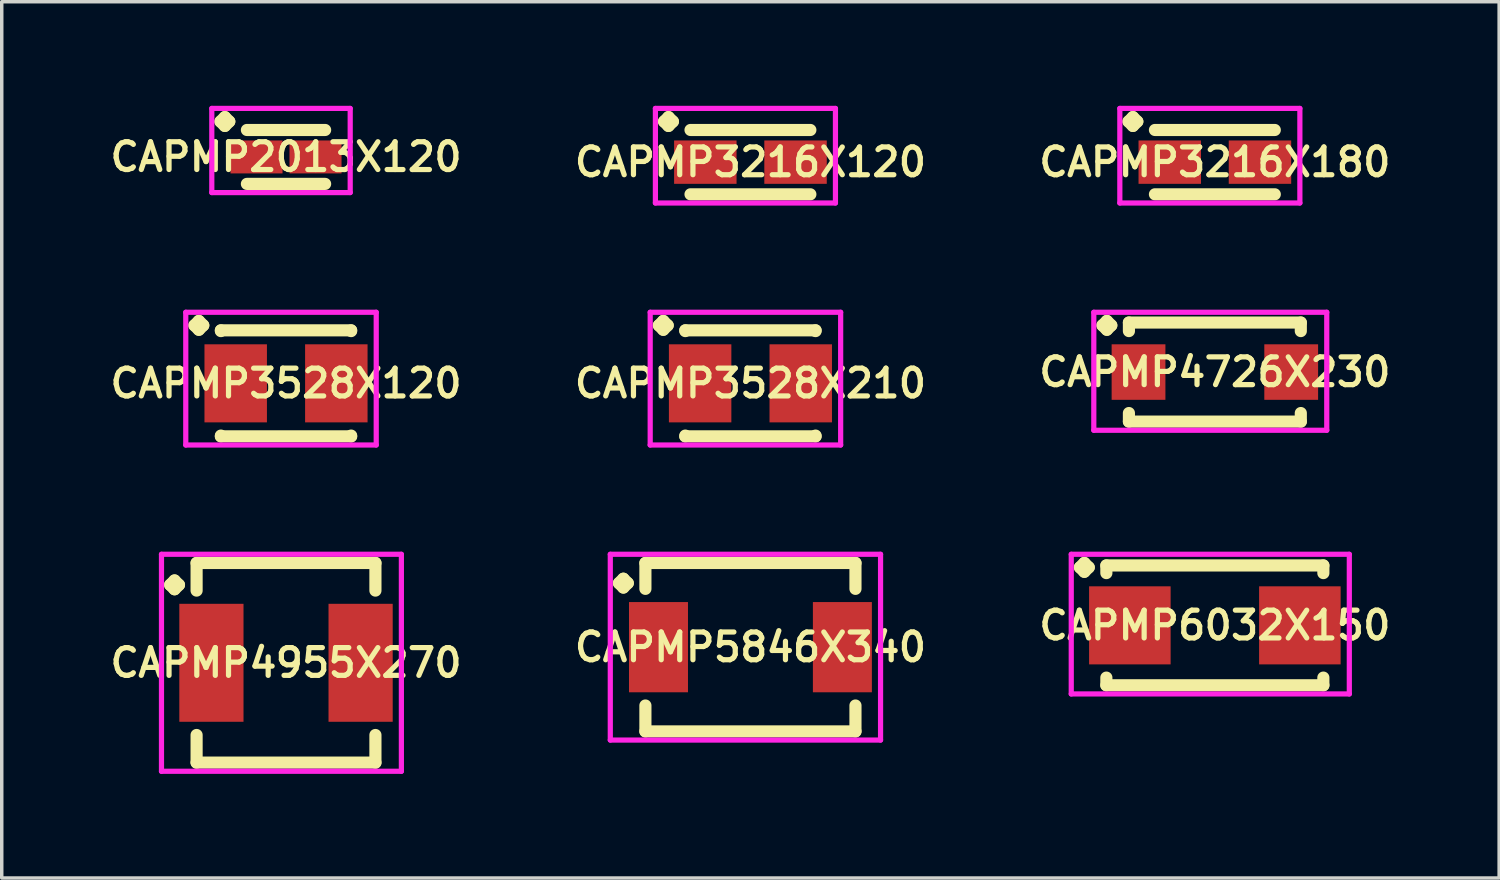
<source format=kicad_pcb>
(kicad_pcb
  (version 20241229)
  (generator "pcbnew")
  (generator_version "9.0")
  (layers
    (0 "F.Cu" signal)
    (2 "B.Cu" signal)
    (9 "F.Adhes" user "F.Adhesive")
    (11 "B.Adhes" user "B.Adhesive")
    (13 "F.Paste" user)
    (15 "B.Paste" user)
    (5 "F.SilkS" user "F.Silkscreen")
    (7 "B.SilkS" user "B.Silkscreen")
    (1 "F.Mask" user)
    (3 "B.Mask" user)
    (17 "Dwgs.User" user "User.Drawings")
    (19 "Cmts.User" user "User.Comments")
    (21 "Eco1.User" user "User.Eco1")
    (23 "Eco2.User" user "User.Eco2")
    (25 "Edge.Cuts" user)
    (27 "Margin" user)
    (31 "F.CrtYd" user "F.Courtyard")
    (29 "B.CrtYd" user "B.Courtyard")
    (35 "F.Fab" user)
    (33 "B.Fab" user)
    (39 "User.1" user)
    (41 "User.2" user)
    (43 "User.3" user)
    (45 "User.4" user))
  (footprint "CAPMP3216X180"
    (layer "F.Cu")
    (at 31.963 1.623)
    (property "Reference" "CAPMP3216X180" (at 0 0 0) (layer "F.SilkS") (effects (font (size 0.8 0.8) (thickness 0.15))))
    (attr smd)
    (fp_line (start -2.489 -1.171) (end -2.362 -1.298) (stroke (width 0.35) (type solid)) (layer "F.SilkS"))
    (fp_line (start -2.362 -1.298) (end -2.235 -1.171) (stroke (width 0.35) (type solid)) (layer "F.SilkS"))
    (fp_line (start -2.362 -1.044) (end -2.489 -1.171) (stroke (width 0.35) (type solid)) (layer "F.SilkS"))
    (fp_line (start -2.235 -1.171) (end -2.362 -1.044) (stroke (width 0.35) (type solid)) (layer "F.SilkS"))
    (fp_line (start -1.727 -0.927) (end 1.727 -0.927) (stroke (width 0.35) (type solid)) (layer "F.SilkS"))
    (fp_line (start -1.727 0.927) (end 1.727 0.927) (stroke (width 0.35) (type solid)) (layer "F.SilkS"))
    (fp_line (start -2.739 -1.548) (end 2.45 -1.548) (stroke (width 0.15) (type solid)) (layer "F.CrtYd"))
    (fp_line (start -2.739 1.177) (end -2.739 -1.548) (stroke (width 0.15) (type solid)) (layer "F.CrtYd"))
    (fp_line (start 2.45 -1.548) (end 2.45 1.177) (stroke (width 0.15) (type solid)) (layer "F.CrtYd"))
    (fp_line (start 2.45 1.177) (end -2.739 1.177) (stroke (width 0.15) (type solid)) (layer "F.CrtYd"))
    (pad "1" smd rect (at -1.3 0) (size 1.8 1.25) (layers "F.Cu" "F.Mask" "F.Paste"))
    (pad "2" smd rect (at 1.3 0) (size 1.8 1.25) (layers "F.Cu" "F.Mask" "F.Paste")))
  (footprint "CAPMP3528X120"
    (layer "F.Cu")
    (at 5.193 7.998)
    (property "Reference" "CAPMP3528X120" (at 0 0 0) (layer "F.SilkS") (effects (font (size 0.8 0.8) (thickness 0.15))))
    (attr smd)
    (fp_line (start -2.639 -1.671) (end -2.512 -1.798) (stroke (width 0.35) (type solid)) (layer "F.SilkS"))
    (fp_line (start -2.512 -1.798) (end -2.385 -1.671) (stroke (width 0.35) (type solid)) (layer "F.SilkS"))
    (fp_line (start -2.512 -1.544) (end -2.639 -1.671) (stroke (width 0.35) (type solid)) (layer "F.SilkS"))
    (fp_line (start -2.385 -1.671) (end -2.512 -1.544) (stroke (width 0.35) (type solid)) (layer "F.SilkS"))
    (fp_line (start -1.877 -1.527) (end 1.877 -1.527) (stroke (width 0.35) (type solid)) (layer "F.SilkS"))
    (fp_line (start -1.877 -1.506) (end -1.877 -1.527) (stroke (width 0.35) (type solid)) (layer "F.SilkS"))
    (fp_line (start -1.877 1.506) (end -1.877 1.527) (stroke (width 0.35) (type solid)) (layer "F.SilkS"))
    (fp_line (start -1.877 1.527) (end 1.877 1.527) (stroke (width 0.35) (type solid)) (layer "F.SilkS"))
    (fp_line (start 1.877 -1.527) (end 1.877 -1.506) (stroke (width 0.35) (type solid)) (layer "F.SilkS"))
    (fp_line (start 1.877 1.527) (end 1.877 1.506) (stroke (width 0.35) (type solid)) (layer "F.SilkS"))
    (fp_line (start -2.889 -2.048) (end 2.6 -2.048) (stroke (width 0.15) (type solid)) (layer "F.CrtYd"))
    (fp_line (start -2.889 1.777) (end -2.889 -2.048) (stroke (width 0.15) (type solid)) (layer "F.CrtYd"))
    (fp_line (start 2.6 -2.048) (end 2.6 1.777) (stroke (width 0.15) (type solid)) (layer "F.CrtYd"))
    (fp_line (start 2.6 1.777) (end -2.889 1.777) (stroke (width 0.15) (type solid)) (layer "F.CrtYd"))
    (pad "1" smd rect (at -1.45 0) (size 1.8 2.25) (layers "F.Cu" "F.Mask" "F.Paste"))
    (pad "2" smd rect (at 1.45 0) (size 1.8 2.25) (layers "F.Cu" "F.Mask" "F.Paste")))
  (footprint "CAPMP2013X120"
    (layer "F.Cu")
    (at 5.193 1.473)
    (property "Reference" "CAPMP2013X120" (at 0 0 0) (layer "F.SilkS") (effects (font (size 0.8 0.8) (thickness 0.15))))
    (attr smd)
    (fp_line (start -1.889 -1.021) (end -1.762 -1.148) (stroke (width 0.35) (type solid)) (layer "F.SilkS"))
    (fp_line (start -1.762 -1.148) (end -1.635 -1.021) (stroke (width 0.35) (type solid)) (layer "F.SilkS"))
    (fp_line (start -1.762 -0.894) (end -1.889 -1.021) (stroke (width 0.35) (type solid)) (layer "F.SilkS"))
    (fp_line (start -1.635 -1.021) (end -1.762 -0.894) (stroke (width 0.35) (type solid)) (layer "F.SilkS"))
    (fp_line (start -1.127 -0.777) (end 1.127 -0.777) (stroke (width 0.35) (type solid)) (layer "F.SilkS"))
    (fp_line (start -1.127 0.777) (end 1.127 0.777) (stroke (width 0.35) (type solid)) (layer "F.SilkS"))
    (fp_line (start -2.139 -1.398) (end 1.85 -1.398) (stroke (width 0.15) (type solid)) (layer "F.CrtYd"))
    (fp_line (start -2.139 1.027) (end -2.139 -1.398) (stroke (width 0.15) (type solid)) (layer "F.CrtYd"))
    (fp_line (start 1.85 -1.398) (end 1.85 1.027) (stroke (width 0.15) (type solid)) (layer "F.CrtYd"))
    (fp_line (start 1.85 1.027) (end -2.139 1.027) (stroke (width 0.15) (type solid)) (layer "F.CrtYd"))
    (pad "1" smd rect (at -0.85 0) (size 1.5 0.95) (layers "F.Cu" "F.Mask" "F.Paste"))
    (pad "2" smd rect (at 0.85 0) (size 1.5 0.95) (layers "F.Cu" "F.Mask" "F.Paste")))
  (footprint "CAPMP3528X210"
    (layer "F.Cu")
    (at 18.578 7.998)
    (property "Reference" "CAPMP3528X210" (at 0 0 0) (layer "F.SilkS") (effects (font (size 0.8 0.8) (thickness 0.15))))
    (attr smd)
    (fp_line (start -2.639 -1.671) (end -2.512 -1.798) (stroke (width 0.35) (type solid)) (layer "F.SilkS"))
    (fp_line (start -2.512 -1.798) (end -2.385 -1.671) (stroke (width 0.35) (type solid)) (layer "F.SilkS"))
    (fp_line (start -2.512 -1.544) (end -2.639 -1.671) (stroke (width 0.35) (type solid)) (layer "F.SilkS"))
    (fp_line (start -2.385 -1.671) (end -2.512 -1.544) (stroke (width 0.35) (type solid)) (layer "F.SilkS"))
    (fp_line (start -1.877 -1.527) (end 1.877 -1.527) (stroke (width 0.35) (type solid)) (layer "F.SilkS"))
    (fp_line (start -1.877 -1.506) (end -1.877 -1.527) (stroke (width 0.35) (type solid)) (layer "F.SilkS"))
    (fp_line (start -1.877 1.506) (end -1.877 1.527) (stroke (width 0.35) (type solid)) (layer "F.SilkS"))
    (fp_line (start -1.877 1.527) (end 1.877 1.527) (stroke (width 0.35) (type solid)) (layer "F.SilkS"))
    (fp_line (start 1.877 -1.527) (end 1.877 -1.506) (stroke (width 0.35) (type solid)) (layer "F.SilkS"))
    (fp_line (start 1.877 1.527) (end 1.877 1.506) (stroke (width 0.35) (type solid)) (layer "F.SilkS"))
    (fp_line (start -2.889 -2.048) (end 2.6 -2.048) (stroke (width 0.15) (type solid)) (layer "F.CrtYd"))
    (fp_line (start -2.889 1.777) (end -2.889 -2.048) (stroke (width 0.15) (type solid)) (layer "F.CrtYd"))
    (fp_line (start 2.6 -2.048) (end 2.6 1.777) (stroke (width 0.15) (type solid)) (layer "F.CrtYd"))
    (fp_line (start 2.6 1.777) (end -2.889 1.777) (stroke (width 0.15) (type solid)) (layer "F.CrtYd"))
    (pad "1" smd rect (at -1.45 0) (size 1.8 2.25) (layers "F.Cu" "F.Mask" "F.Paste"))
    (pad "2" smd rect (at 1.45 0) (size 1.8 2.25) (layers "F.Cu" "F.Mask" "F.Paste")))
  (footprint "CAPMP4726X230"
    (layer "F.Cu")
    (at 31.963 7.673)
    (property "Reference" "CAPMP4726X230" (at 0 0 0) (layer "F.SilkS") (effects (font (size 0.8 0.8) (thickness 0.15))))
    (attr smd)
    (fp_line (start -3.239 -1.346) (end -3.112 -1.473) (stroke (width 0.35) (type solid)) (layer "F.SilkS"))
    (fp_line (start -3.112 -1.473) (end -2.985 -1.346) (stroke (width 0.35) (type solid)) (layer "F.SilkS"))
    (fp_line (start -3.112 -1.219) (end -3.239 -1.346) (stroke (width 0.35) (type solid)) (layer "F.SilkS"))
    (fp_line (start -2.985 -1.346) (end -3.112 -1.219) (stroke (width 0.35) (type solid)) (layer "F.SilkS"))
    (fp_line (start -2.477 -1.427) (end 2.477 -1.427) (stroke (width 0.35) (type solid)) (layer "F.SilkS"))
    (fp_line (start -2.477 -1.181) (end -2.477 -1.427) (stroke (width 0.35) (type solid)) (layer "F.SilkS"))
    (fp_line (start -2.477 1.181) (end -2.477 1.427) (stroke (width 0.35) (type solid)) (layer "F.SilkS"))
    (fp_line (start -2.477 1.427) (end 2.477 1.427) (stroke (width 0.35) (type solid)) (layer "F.SilkS"))
    (fp_line (start 2.477 -1.427) (end 2.477 -1.181) (stroke (width 0.35) (type solid)) (layer "F.SilkS"))
    (fp_line (start 2.477 1.427) (end 2.477 1.181) (stroke (width 0.35) (type solid)) (layer "F.SilkS"))
    (fp_line (start -3.489 -1.723) (end 3.225 -1.723) (stroke (width 0.15) (type solid)) (layer "F.CrtYd"))
    (fp_line (start -3.489 1.677) (end -3.489 -1.723) (stroke (width 0.15) (type solid)) (layer "F.CrtYd"))
    (fp_line (start 3.225 -1.723) (end 3.225 1.677) (stroke (width 0.15) (type solid)) (layer "F.CrtYd"))
    (fp_line (start 3.225 1.677) (end -3.489 1.677) (stroke (width 0.15) (type solid)) (layer "F.CrtYd"))
    (pad "1" smd rect (at -2.2 0) (size 1.55 1.6) (layers "F.Cu" "F.Mask" "F.Paste"))
    (pad "2" smd rect (at 2.2 0) (size 1.55 1.6) (layers "F.Cu" "F.Mask" "F.Paste")))
  (footprint "CAPMP3216X120"
    (layer "F.Cu")
    (at 18.578 1.623)
    (property "Reference" "CAPMP3216X120" (at 0 0 0) (layer "F.SilkS") (effects (font (size 0.8 0.8) (thickness 0.15))))
    (attr smd)
    (fp_line (start -2.489 -1.171) (end -2.362 -1.298) (stroke (width 0.35) (type solid)) (layer "F.SilkS"))
    (fp_line (start -2.362 -1.298) (end -2.235 -1.171) (stroke (width 0.35) (type solid)) (layer "F.SilkS"))
    (fp_line (start -2.362 -1.044) (end -2.489 -1.171) (stroke (width 0.35) (type solid)) (layer "F.SilkS"))
    (fp_line (start -2.235 -1.171) (end -2.362 -1.044) (stroke (width 0.35) (type solid)) (layer "F.SilkS"))
    (fp_line (start -1.727 -0.927) (end 1.727 -0.927) (stroke (width 0.35) (type solid)) (layer "F.SilkS"))
    (fp_line (start -1.727 0.927) (end 1.727 0.927) (stroke (width 0.35) (type solid)) (layer "F.SilkS"))
    (fp_line (start -2.739 -1.548) (end 2.45 -1.548) (stroke (width 0.15) (type solid)) (layer "F.CrtYd"))
    (fp_line (start -2.739 1.177) (end -2.739 -1.548) (stroke (width 0.15) (type solid)) (layer "F.CrtYd"))
    (fp_line (start 2.45 -1.548) (end 2.45 1.177) (stroke (width 0.15) (type solid)) (layer "F.CrtYd"))
    (fp_line (start 2.45 1.177) (end -2.739 1.177) (stroke (width 0.15) (type solid)) (layer "F.CrtYd"))
    (pad "1" smd rect (at -1.3 0) (size 1.8 1.25) (layers "F.Cu" "F.Mask" "F.Paste"))
    (pad "2" smd rect (at 1.3 0) (size 1.8 1.25) (layers "F.Cu" "F.Mask" "F.Paste")))
  (footprint "CAPMP5846X340"
    (layer "F.Cu")
    (at 18.578 15.602)
    (property "Reference" "CAPMP5846X340" (at 0 0 0) (layer "F.SilkS") (effects (font (size 0.8 0.8) (thickness 0.15))))
    (attr through_hole)
    (fp_line (start -3.789 -1.846) (end -3.662 -1.973) (stroke (width 0.35) (type solid)) (layer "F.SilkS"))
    (fp_line (start -3.662 -1.973) (end -3.535 -1.846) (stroke (width 0.35) (type solid)) (layer "F.SilkS"))
    (fp_line (start -3.662 -1.719) (end -3.789 -1.846) (stroke (width 0.35) (type solid)) (layer "F.SilkS"))
    (fp_line (start -3.535 -1.846) (end -3.662 -1.719) (stroke (width 0.35) (type solid)) (layer "F.SilkS"))
    (fp_line (start -3.027 -2.427) (end 3.027 -2.427) (stroke (width 0.35) (type solid)) (layer "F.SilkS"))
    (fp_line (start -3.027 -1.681) (end -3.027 -2.427) (stroke (width 0.35) (type solid)) (layer "F.SilkS"))
    (fp_line (start -3.027 1.681) (end -3.027 2.427) (stroke (width 0.35) (type solid)) (layer "F.SilkS"))
    (fp_line (start -3.027 2.427) (end 3.027 2.427) (stroke (width 0.35) (type solid)) (layer "F.SilkS"))
    (fp_line (start 3.027 -2.427) (end 3.027 -1.681) (stroke (width 0.35) (type solid)) (layer "F.SilkS"))
    (fp_line (start 3.027 2.427) (end 3.027 1.681) (stroke (width 0.35) (type solid)) (layer "F.SilkS"))
    (fp_line (start -4.039 -2.677) (end 3.75 -2.677) (stroke (width 0.15) (type solid)) (layer "F.CrtYd"))
    (fp_line (start -4.039 2.677) (end -4.039 -2.677) (stroke (width 0.15) (type solid)) (layer "F.CrtYd"))
    (fp_line (start 3.75 -2.677) (end 3.75 2.677) (stroke (width 0.15) (type solid)) (layer "F.CrtYd"))
    (fp_line (start 3.75 2.677) (end -4.039 2.677) (stroke (width 0.15) (type solid)) (layer "F.CrtYd"))
    (pad "1" smd rect (at -2.65 0) (size 1.7 2.6) (layers "F.Cu" "F.Mask" "F.Paste"))
    (pad "2" smd rect (at 2.65 0) (size 1.7 2.6) (layers "F.Cu" "F.Mask" "F.Paste")))
  (footprint "CAPMP6032X150"
    (layer "F.Cu")
    (at 31.963 14.973)
    (property "Reference" "CAPMP6032X150" (at 0 0 0) (layer "F.SilkS") (effects (font (size 0.8 0.8) (thickness 0.15))))
    (attr smd)
    (fp_line (start -3.889 -1.671) (end -3.762 -1.798) (stroke (width 0.35) (type solid)) (layer "F.SilkS"))
    (fp_line (start -3.762 -1.798) (end -3.635 -1.671) (stroke (width 0.35) (type solid)) (layer "F.SilkS"))
    (fp_line (start -3.762 -1.544) (end -3.889 -1.671) (stroke (width 0.35) (type solid)) (layer "F.SilkS"))
    (fp_line (start -3.635 -1.671) (end -3.762 -1.544) (stroke (width 0.35) (type solid)) (layer "F.SilkS"))
    (fp_line (start -3.127 -1.727) (end 3.127 -1.727) (stroke (width 0.35) (type solid)) (layer "F.SilkS"))
    (fp_line (start -3.127 -1.506) (end -3.127 -1.727) (stroke (width 0.35) (type solid)) (layer "F.SilkS"))
    (fp_line (start -3.127 1.506) (end -3.127 1.727) (stroke (width 0.35) (type solid)) (layer "F.SilkS"))
    (fp_line (start -3.127 1.727) (end 3.127 1.727) (stroke (width 0.35) (type solid)) (layer "F.SilkS"))
    (fp_line (start 3.127 -1.727) (end 3.127 -1.506) (stroke (width 0.35) (type solid)) (layer "F.SilkS"))
    (fp_line (start 3.127 1.727) (end 3.127 1.506) (stroke (width 0.35) (type solid)) (layer "F.SilkS"))
    (fp_line (start -4.139 -2.048) (end 3.875 -2.048) (stroke (width 0.15) (type solid)) (layer "F.CrtYd"))
    (fp_line (start -4.139 1.977) (end -4.139 -2.048) (stroke (width 0.15) (type solid)) (layer "F.CrtYd"))
    (fp_line (start 3.875 -2.048) (end 3.875 1.977) (stroke (width 0.15) (type solid)) (layer "F.CrtYd"))
    (fp_line (start 3.875 1.977) (end -4.139 1.977) (stroke (width 0.15) (type solid)) (layer "F.CrtYd"))
    (pad "1" smd rect (at -2.45 0) (size 2.35 2.25) (layers "F.Cu" "F.Mask" "F.Paste"))
    (pad "2" smd rect (at 2.45 0) (size 2.35 2.25) (layers "F.Cu" "F.Mask" "F.Paste")))
  (footprint "CAPMP4955X270"
    (layer "F.Cu")
    (at 5.193 16.052)
    (property "Reference" "CAPMP4955X270" (at 0 0 0) (layer "F.SilkS") (effects (font (size 0.8 0.8) (thickness 0.15))))
    (attr smd)
    (fp_line (start -3.339 -2.246) (end -3.212 -2.373) (stroke (width 0.35) (type solid)) (layer "F.SilkS"))
    (fp_line (start -3.212 -2.373) (end -3.085 -2.246) (stroke (width 0.35) (type solid)) (layer "F.SilkS"))
    (fp_line (start -3.212 -2.119) (end -3.339 -2.246) (stroke (width 0.35) (type solid)) (layer "F.SilkS"))
    (fp_line (start -3.085 -2.246) (end -3.212 -2.119) (stroke (width 0.35) (type solid)) (layer "F.SilkS"))
    (fp_line (start -2.577 -2.877) (end 2.577 -2.877) (stroke (width 0.35) (type solid)) (layer "F.SilkS"))
    (fp_line (start -2.577 -2.081) (end -2.577 -2.877) (stroke (width 0.35) (type solid)) (layer "F.SilkS"))
    (fp_line (start -2.577 2.081) (end -2.577 2.877) (stroke (width 0.35) (type solid)) (layer "F.SilkS"))
    (fp_line (start -2.577 2.877) (end 2.577 2.877) (stroke (width 0.35) (type solid)) (layer "F.SilkS"))
    (fp_line (start 2.577 -2.877) (end 2.577 -2.081) (stroke (width 0.35) (type solid)) (layer "F.SilkS"))
    (fp_line (start 2.577 2.877) (end 2.577 2.081) (stroke (width 0.35) (type solid)) (layer "F.SilkS"))
    (fp_line (start -3.589 -3.127) (end 3.325 -3.127) (stroke (width 0.15) (type solid)) (layer "F.CrtYd"))
    (fp_line (start -3.589 3.127) (end -3.589 -3.127) (stroke (width 0.15) (type solid)) (layer "F.CrtYd"))
    (fp_line (start 3.325 -3.127) (end 3.325 3.127) (stroke (width 0.15) (type solid)) (layer "F.CrtYd"))
    (fp_line (start 3.325 3.127) (end -3.589 3.127) (stroke (width 0.15) (type solid)) (layer "F.CrtYd"))
    (pad "1" smd rect (at -2.15 0) (size 1.85 3.4) (layers "F.Cu" "F.Mask" "F.Paste"))
    (pad "2" smd rect (at 2.15 0) (size 1.85 3.4) (layers "F.Cu" "F.Mask" "F.Paste")))
  (gr_rect
    (start -3 -3)
    (end 40.156 22.254)
    (stroke (width 0.1) (type default))
    (fill no)
    (layer "Edge.Cuts")))
</source>
